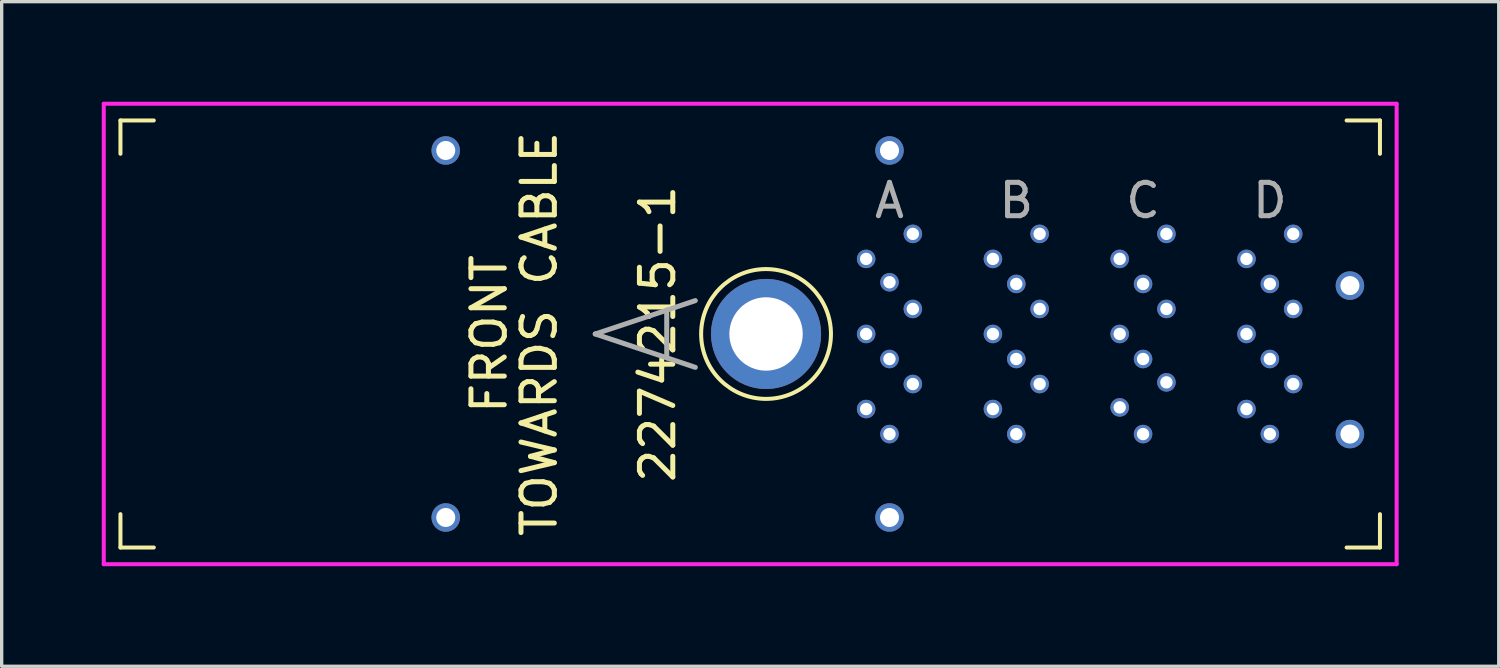
<source format=kicad_pcb>
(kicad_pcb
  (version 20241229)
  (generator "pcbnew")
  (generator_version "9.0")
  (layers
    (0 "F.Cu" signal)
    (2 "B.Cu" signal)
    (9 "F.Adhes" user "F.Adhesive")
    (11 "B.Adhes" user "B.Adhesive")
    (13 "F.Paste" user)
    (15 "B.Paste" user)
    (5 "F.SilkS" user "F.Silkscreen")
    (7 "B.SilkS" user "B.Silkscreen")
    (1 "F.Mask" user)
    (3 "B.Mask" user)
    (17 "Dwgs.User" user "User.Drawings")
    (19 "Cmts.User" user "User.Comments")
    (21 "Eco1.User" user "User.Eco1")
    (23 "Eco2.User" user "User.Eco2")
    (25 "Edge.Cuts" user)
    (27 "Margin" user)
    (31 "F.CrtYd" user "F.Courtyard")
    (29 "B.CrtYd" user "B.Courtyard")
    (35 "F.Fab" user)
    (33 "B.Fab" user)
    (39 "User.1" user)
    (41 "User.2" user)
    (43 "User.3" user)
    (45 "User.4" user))
  (footprint "2274215-1"
    (layer "F.Cu")
    (at 19.91 6.96)
    (property "Reference" "2274215-1" (at -3.25 0 90) (layer "F.SilkS") (effects (font (size 1 1) (thickness 0.15))))
    (attr through_hole)
    (fp_line (start -19.35 -6.4) (end -19.35 -5.4) (stroke (width 0.12) (type solid)) (layer "F.SilkS"))
    (fp_line (start -19.35 -6.4) (end -18.35 -6.4) (stroke (width 0.12) (type solid)) (layer "F.SilkS"))
    (fp_line (start -19.35 6.4) (end -19.35 5.4) (stroke (width 0.12) (type solid)) (layer "F.SilkS"))
    (fp_line (start -19.35 6.4) (end -18.35 6.4) (stroke (width 0.12) (type solid)) (layer "F.SilkS"))
    (fp_line (start 18.4 -6.4) (end 17.4 -6.4) (stroke (width 0.12) (type solid)) (layer "F.SilkS"))
    (fp_line (start 18.4 -6.4) (end 18.4 -5.4) (stroke (width 0.12) (type solid)) (layer "F.SilkS"))
    (fp_line (start 18.4 6.4) (end 17.4 6.4) (stroke (width 0.12) (type solid)) (layer "F.SilkS"))
    (fp_line (start 18.4 6.4) (end 18.4 5.4) (stroke (width 0.12) (type solid)) (layer "F.SilkS"))
    (fp_circle (center 0 0) (end 1.75 -0.85) (stroke (width 0.12) (type solid)) (fill no) (layer "F.SilkS"))
    (fp_line (start -19.85 -6.9) (end -19.85 6.9) (stroke (width 0.12) (type solid)) (layer "F.CrtYd"))
    (fp_line (start -19.85 6.9) (end 18.9 6.9) (stroke (width 0.12) (type solid)) (layer "F.CrtYd"))
    (fp_line (start 18.9 -6.9) (end -19.85 -6.9) (stroke (width 0.12) (type solid)) (layer "F.CrtYd"))
    (fp_line (start 18.9 6.9) (end 18.9 -6.9) (stroke (width 0.12) (type solid)) (layer "F.CrtYd"))
    (fp_text user "FRONT" (at -8.3 0 90) (layer "F.SilkS") (effects (font (size 1 1) (thickness 0.15))))
    (fp_text user "TOWARDS CABLE" (at -6.8 0 90) (layer "F.SilkS") (effects (font (size 1 1) (thickness 0.15))))
    (fp_text user "A" (at -3.5 0 90) (layer "F.Fab") (effects (font (size 3 3) (thickness 0.15))))
    (fp_text user "D" (at 15.1 -4 0) (layer "F.Fab") (effects (font (size 1 1) (thickness 0.15))))
    (fp_text user "B" (at 7.5 -4 0) (layer "F.Fab") (effects (font (size 1 1) (thickness 0.15))))
    (fp_text user "A" (at 3.7 -4 0) (layer "F.Fab") (effects (font (size 1 1) (thickness 0.15))))
    (fp_text user "C" (at 11.3 -4 0) (layer "F.Fab") (effects (font (size 1 1) (thickness 0.15))))
    (pad "A1" thru_hole circle (at 4.4 -3) (size 0.555 0.555) (drill 0.37) (layers "*.Cu" "*.Mask"))
    (pad "A2" thru_hole circle (at 3 -2.25) (size 0.555 0.555) (drill 0.37) (layers "*.Cu" "*.Mask"))
    (pad "A3" thru_hole circle (at 3.7 -1.55) (size 0.555 0.555) (drill 0.37) (layers "*.Cu" "*.Mask"))
    (pad "A4" thru_hole circle (at 4.4 -0.75) (size 0.555 0.555) (drill 0.37) (layers "*.Cu" "*.Mask"))
    (pad "A5" thru_hole circle (at 3 0) (size 0.555 0.555) (drill 0.37) (layers "*.Cu" "*.Mask"))
    (pad "A6" thru_hole circle (at 3.7 0.75) (size 0.555 0.555) (drill 0.37) (layers "*.Cu" "*.Mask"))
    (pad "A7" thru_hole circle (at 4.4 1.5) (size 0.555 0.555) (drill 0.37) (layers "*.Cu" "*.Mask"))
    (pad "A8" thru_hole circle (at 3 2.25) (size 0.555 0.555) (drill 0.37) (layers "*.Cu" "*.Mask"))
    (pad "A9" thru_hole circle (at 3.7 3) (size 0.555 0.555) (drill 0.37) (layers "*.Cu" "*.Mask"))
    (pad "B1" thru_hole circle (at 8.2 -3) (size 0.555 0.555) (drill 0.37) (layers "*.Cu" "*.Mask"))
    (pad "B2" thru_hole circle (at 6.8 -2.25) (size 0.555 0.555) (drill 0.37) (layers "*.Cu" "*.Mask"))
    (pad "B3" thru_hole circle (at 7.5 -1.5) (size 0.555 0.555) (drill 0.37) (layers "*.Cu" "*.Mask"))
    (pad "B4" thru_hole circle (at 8.2 -0.75) (size 0.555 0.555) (drill 0.37) (layers "*.Cu" "*.Mask"))
    (pad "B5" thru_hole circle (at 6.8 0) (size 0.555 0.555) (drill 0.37) (layers "*.Cu" "*.Mask"))
    (pad "B6" thru_hole circle (at 7.5 0.75) (size 0.555 0.555) (drill 0.37) (layers "*.Cu" "*.Mask"))
    (pad "B7" thru_hole circle (at 8.2 1.5) (size 0.555 0.555) (drill 0.37) (layers "*.Cu" "*.Mask"))
    (pad "B8" thru_hole circle (at 6.8 2.25) (size 0.555 0.555) (drill 0.37) (layers "*.Cu" "*.Mask"))
    (pad "B9" thru_hole circle (at 7.5 3) (size 0.555 0.555) (drill 0.37) (layers "*.Cu" "*.Mask"))
    (pad "C1" thru_hole circle (at 12 -3) (size 0.555 0.555) (drill 0.37) (layers "*.Cu" "*.Mask"))
    (pad "C2" thru_hole circle (at 10.6 -2.25) (size 0.555 0.555) (drill 0.37) (layers "*.Cu" "*.Mask"))
    (pad "C3" thru_hole circle (at 11.3 -1.5) (size 0.555 0.555) (drill 0.37) (layers "*.Cu" "*.Mask"))
    (pad "C4" thru_hole circle (at 12 -0.75) (size 0.555 0.555) (drill 0.37) (layers "*.Cu" "*.Mask"))
    (pad "C5" thru_hole circle (at 10.6 0) (size 0.555 0.555) (drill 0.37) (layers "*.Cu" "*.Mask"))
    (pad "C6" thru_hole circle (at 11.3 0.75) (size 0.555 0.555) (drill 0.37) (layers "*.Cu" "*.Mask"))
    (pad "C7" thru_hole circle (at 12 1.45) (size 0.555 0.555) (drill 0.37) (layers "*.Cu" "*.Mask"))
    (pad "C8" thru_hole circle (at 10.6 2.2) (size 0.555 0.555) (drill 0.37) (layers "*.Cu" "*.Mask"))
    (pad "C9" thru_hole circle (at 11.3 3) (size 0.555 0.555) (drill 0.37) (layers "*.Cu" "*.Mask"))
    (pad "D1" thru_hole circle (at 15.8 -3) (size 0.555 0.555) (drill 0.37) (layers "*.Cu" "*.Mask"))
    (pad "D2" thru_hole circle (at 14.4 -2.25) (size 0.555 0.555) (drill 0.37) (layers "*.Cu" "*.Mask"))
    (pad "D3" thru_hole circle (at 15.1 -1.5) (size 0.555 0.555) (drill 0.37) (layers "*.Cu" "*.Mask"))
    (pad "D4" thru_hole circle (at 15.8 -0.75) (size 0.555 0.555) (drill 0.37) (layers "*.Cu" "*.Mask"))
    (pad "D5" thru_hole circle (at 14.4 0) (size 0.555 0.555) (drill 0.37) (layers "*.Cu" "*.Mask"))
    (pad "D6" thru_hole circle (at 15.1 0.75) (size 0.555 0.555) (drill 0.37) (layers "*.Cu" "*.Mask"))
    (pad "D7" thru_hole circle (at 15.8 1.5) (size 0.555 0.555) (drill 0.37) (layers "*.Cu" "*.Mask"))
    (pad "D8" thru_hole circle (at 14.4 2.25) (size 0.555 0.555) (drill 0.37) (layers "*.Cu" "*.Mask"))
    (pad "D9" thru_hole circle (at 15.1 3) (size 0.555 0.555) (drill 0.37) (layers "*.Cu" "*.Mask"))
    (pad "SHIELD" thru_hole circle (at -9.6 -5.5) (size 0.855 0.855) (drill 0.57) (layers "*.Cu" "*.Mask"))
    (pad "SHIELD" thru_hole circle (at -9.6 5.5) (size 0.855 0.855) (drill 0.57) (layers "*.Cu" "*.Mask"))
    (pad "SHIELD" thru_hole circle (at 0 0) (size 3.3 3.3) (drill 2.2) (layers "*.Cu" "*.Mask"))
    (pad "SHIELD" thru_hole circle (at 3.7 -5.5) (size 0.855 0.855) (drill 0.57) (layers "*.Cu" "*.Mask"))
    (pad "SHIELD" thru_hole circle (at 3.7 5.5) (size 0.855 0.855) (drill 0.57) (layers "*.Cu" "*.Mask"))
    (pad "SHIELD" thru_hole circle (at 17.5 -1.45) (size 0.855 0.855) (drill 0.57) (layers "*.Cu" "*.Mask"))
    (pad "SHIELD" thru_hole circle (at 17.5 3) (size 0.855 0.855) (drill 0.57) (layers "*.Cu" "*.Mask")))
  (gr_rect
    (start -3 -3)
    (end 41.87 16.92)
    (stroke (width 0.1) (type default))
    (fill no)
    (layer "Edge.Cuts")))
</source>
